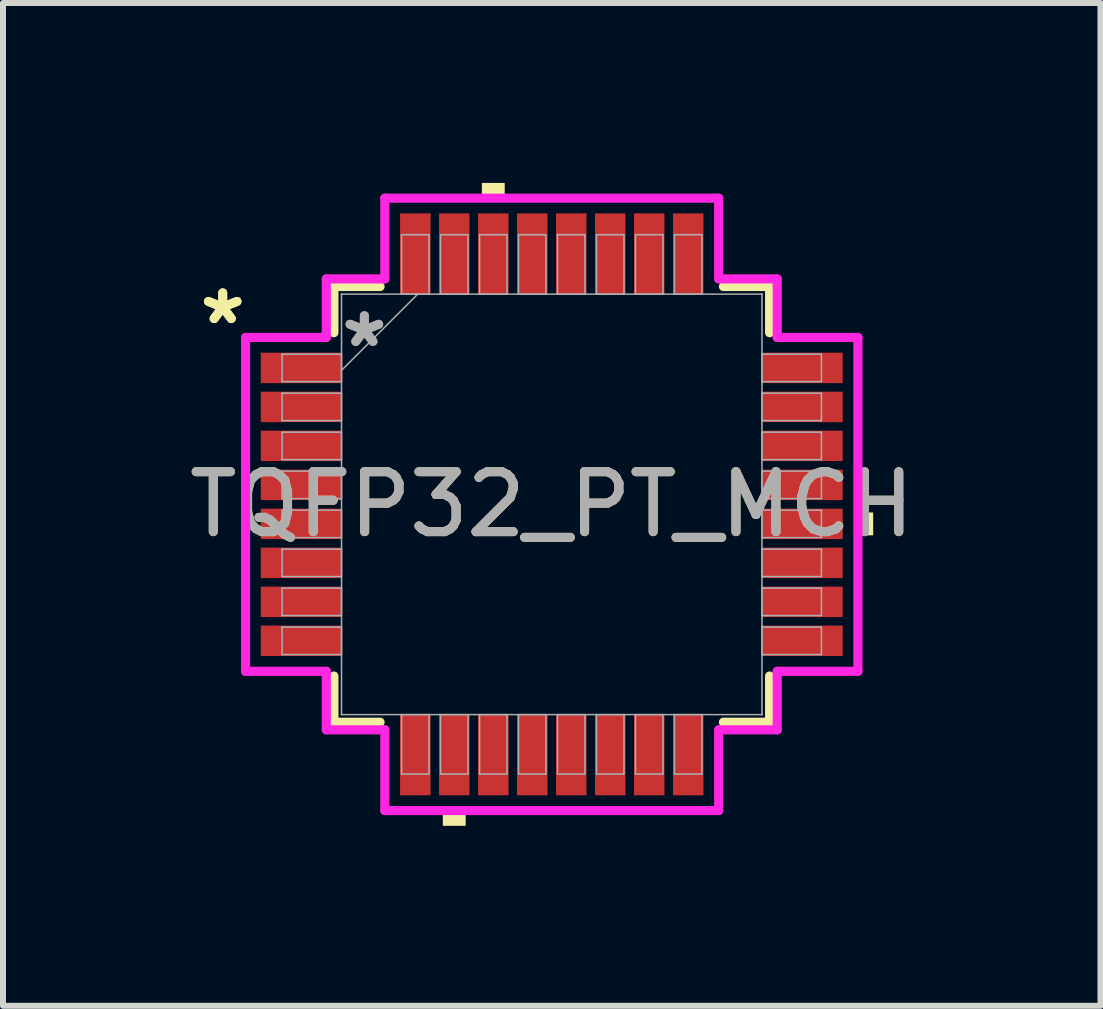
<source format=kicad_pcb>
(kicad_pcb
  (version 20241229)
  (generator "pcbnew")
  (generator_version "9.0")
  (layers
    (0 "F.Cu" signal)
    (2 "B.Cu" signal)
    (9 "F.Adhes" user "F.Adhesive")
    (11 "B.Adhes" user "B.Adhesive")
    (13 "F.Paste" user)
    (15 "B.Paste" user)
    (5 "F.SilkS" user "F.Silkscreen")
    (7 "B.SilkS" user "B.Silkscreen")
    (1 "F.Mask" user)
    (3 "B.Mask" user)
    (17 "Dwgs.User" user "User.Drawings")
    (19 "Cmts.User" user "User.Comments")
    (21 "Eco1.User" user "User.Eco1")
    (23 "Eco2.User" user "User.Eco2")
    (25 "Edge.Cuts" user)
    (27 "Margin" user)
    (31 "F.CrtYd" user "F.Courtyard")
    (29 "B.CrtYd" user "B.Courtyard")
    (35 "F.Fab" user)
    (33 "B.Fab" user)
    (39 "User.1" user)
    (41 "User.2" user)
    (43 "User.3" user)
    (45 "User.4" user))
  (footprint "TQFP32_PT_MCH"
    (layer "F.Cu")
    (at 6.149 5.359)
    (property "Reference" "TQFP32_PT_MCH" (at 0 0 0) (unlocked yes) (layer "F.SilkS") (effects (font (size 1 1) (thickness 0.15))))
    (attr smd)
    (fp_line (start -3.632 -3.632) (end -3.632 -2.862) (stroke (width 0.152) (type solid)) (layer "F.SilkS"))
    (fp_line (start -3.632 2.862) (end -3.632 3.632) (stroke (width 0.152) (type solid)) (layer "F.SilkS"))
    (fp_line (start -3.632 3.632) (end -2.862 3.632) (stroke (width 0.152) (type solid)) (layer "F.SilkS"))
    (fp_line (start -2.862 -3.632) (end -3.632 -3.632) (stroke (width 0.152) (type solid)) (layer "F.SilkS"))
    (fp_line (start 2.862 3.632) (end 3.632 3.632) (stroke (width 0.152) (type solid)) (layer "F.SilkS"))
    (fp_line (start 3.632 -3.632) (end 2.862 -3.632) (stroke (width 0.152) (type solid)) (layer "F.SilkS"))
    (fp_line (start 3.632 -2.862) (end 3.632 -3.632) (stroke (width 0.152) (type solid)) (layer "F.SilkS"))
    (fp_line (start 3.632 3.632) (end 3.632 2.862) (stroke (width 0.152) (type solid)) (layer "F.SilkS"))
    (fp_poly (pts (xy -1.816 5.105) (xy -1.816 5.359) (xy -1.435 5.359) (xy -1.435 5.105)) (stroke (width 0) (type solid)) (fill yes) (layer "F.SilkS"))
    (fp_poly (pts (xy -1.165 -5.105) (xy -1.165 -5.359) (xy -0.784 -5.359) (xy -0.784 -5.105)) (stroke (width 0) (type solid)) (fill yes) (layer "F.SilkS"))
    (fp_poly (pts (xy 5.359 0.135) (xy 5.359 0.516) (xy 5.105 0.516) (xy 5.105 0.135)) (stroke (width 0) (type solid)) (fill yes) (layer "F.SilkS"))
    (fp_line (start -5.105 -2.783) (end -3.759 -2.783) (stroke (width 0.152) (type solid)) (layer "F.CrtYd"))
    (fp_line (start -5.105 2.783) (end -5.105 -2.783) (stroke (width 0.152) (type solid)) (layer "F.CrtYd"))
    (fp_line (start -3.759 -3.759) (end -2.783 -3.759) (stroke (width 0.152) (type solid)) (layer "F.CrtYd"))
    (fp_line (start -3.759 -2.783) (end -3.759 -3.759) (stroke (width 0.152) (type solid)) (layer "F.CrtYd"))
    (fp_line (start -3.759 2.783) (end -5.105 2.783) (stroke (width 0.152) (type solid)) (layer "F.CrtYd"))
    (fp_line (start -3.759 3.759) (end -3.759 2.783) (stroke (width 0.152) (type solid)) (layer "F.CrtYd"))
    (fp_line (start -3.759 3.759) (end -2.783 3.759) (stroke (width 0.152) (type solid)) (layer "F.CrtYd"))
    (fp_line (start -2.783 -5.105) (end 2.783 -5.105) (stroke (width 0.152) (type solid)) (layer "F.CrtYd"))
    (fp_line (start -2.783 -3.759) (end -2.783 -5.105) (stroke (width 0.152) (type solid)) (layer "F.CrtYd"))
    (fp_line (start -2.783 3.759) (end -2.783 5.105) (stroke (width 0.152) (type solid)) (layer "F.CrtYd"))
    (fp_line (start -2.783 5.105) (end 2.783 5.105) (stroke (width 0.152) (type solid)) (layer "F.CrtYd"))
    (fp_line (start 2.783 -5.105) (end 2.783 -3.759) (stroke (width 0.152) (type solid)) (layer "F.CrtYd"))
    (fp_line (start 2.783 -3.759) (end 3.759 -3.759) (stroke (width 0.152) (type solid)) (layer "F.CrtYd"))
    (fp_line (start 2.783 3.759) (end 3.759 3.759) (stroke (width 0.152) (type solid)) (layer "F.CrtYd"))
    (fp_line (start 2.783 5.105) (end 2.783 3.759) (stroke (width 0.152) (type solid)) (layer "F.CrtYd"))
    (fp_line (start 3.759 -2.783) (end 3.759 -3.759) (stroke (width 0.152) (type solid)) (layer "F.CrtYd"))
    (fp_line (start 3.759 2.783) (end 5.105 2.783) (stroke (width 0.152) (type solid)) (layer "F.CrtYd"))
    (fp_line (start 3.759 3.759) (end 3.759 2.783) (stroke (width 0.152) (type solid)) (layer "F.CrtYd"))
    (fp_line (start 5.105 -2.783) (end 3.759 -2.783) (stroke (width 0.152) (type solid)) (layer "F.CrtYd"))
    (fp_line (start 5.105 2.783) (end 5.105 -2.783) (stroke (width 0.152) (type solid)) (layer "F.CrtYd"))
    (fp_line (start -4.496 -2.504) (end -4.496 -2.046) (stroke (width 0.025) (type solid)) (layer "F.Fab"))
    (fp_line (start -4.496 -2.046) (end -3.505 -2.046) (stroke (width 0.025) (type solid)) (layer "F.Fab"))
    (fp_line (start -4.496 -1.854) (end -4.496 -1.396) (stroke (width 0.025) (type solid)) (layer "F.Fab"))
    (fp_line (start -4.496 -1.396) (end -3.505 -1.396) (stroke (width 0.025) (type solid)) (layer "F.Fab"))
    (fp_line (start -4.496 -1.204) (end -4.496 -0.746) (stroke (width 0.025) (type solid)) (layer "F.Fab"))
    (fp_line (start -4.496 -0.746) (end -3.505 -0.746) (stroke (width 0.025) (type solid)) (layer "F.Fab"))
    (fp_line (start -4.496 -0.554) (end -4.496 -0.096) (stroke (width 0.025) (type solid)) (layer "F.Fab"))
    (fp_line (start -4.496 -0.096) (end -3.505 -0.096) (stroke (width 0.025) (type solid)) (layer "F.Fab"))
    (fp_line (start -4.496 0.096) (end -4.496 0.554) (stroke (width 0.025) (type solid)) (layer "F.Fab"))
    (fp_line (start -4.496 0.554) (end -3.505 0.554) (stroke (width 0.025) (type solid)) (layer "F.Fab"))
    (fp_line (start -4.496 0.746) (end -4.496 1.204) (stroke (width 0.025) (type solid)) (layer "F.Fab"))
    (fp_line (start -4.496 1.204) (end -3.505 1.204) (stroke (width 0.025) (type solid)) (layer "F.Fab"))
    (fp_line (start -4.496 1.396) (end -4.496 1.854) (stroke (width 0.025) (type solid)) (layer "F.Fab"))
    (fp_line (start -4.496 1.854) (end -3.505 1.854) (stroke (width 0.025) (type solid)) (layer "F.Fab"))
    (fp_line (start -4.496 2.046) (end -4.496 2.504) (stroke (width 0.025) (type solid)) (layer "F.Fab"))
    (fp_line (start -4.496 2.504) (end -3.505 2.504) (stroke (width 0.025) (type solid)) (layer "F.Fab"))
    (fp_line (start -3.505 -3.505) (end -3.505 -3.505) (stroke (width 0.025) (type solid)) (layer "F.Fab"))
    (fp_line (start -3.505 -3.505) (end -3.505 3.505) (stroke (width 0.025) (type solid)) (layer "F.Fab"))
    (fp_line (start -3.505 -2.504) (end -4.496 -2.504) (stroke (width 0.025) (type solid)) (layer "F.Fab"))
    (fp_line (start -3.505 -2.235) (end -2.235 -3.505) (stroke (width 0.025) (type solid)) (layer "F.Fab"))
    (fp_line (start -3.505 -2.046) (end -3.505 -2.504) (stroke (width 0.025) (type solid)) (layer "F.Fab"))
    (fp_line (start -3.505 -1.854) (end -4.496 -1.854) (stroke (width 0.025) (type solid)) (layer "F.Fab"))
    (fp_line (start -3.505 -1.396) (end -3.505 -1.854) (stroke (width 0.025) (type solid)) (layer "F.Fab"))
    (fp_line (start -3.505 -1.204) (end -4.496 -1.204) (stroke (width 0.025) (type solid)) (layer "F.Fab"))
    (fp_line (start -3.505 -0.746) (end -3.505 -1.204) (stroke (width 0.025) (type solid)) (layer "F.Fab"))
    (fp_line (start -3.505 -0.554) (end -4.496 -0.554) (stroke (width 0.025) (type solid)) (layer "F.Fab"))
    (fp_line (start -3.505 -0.096) (end -3.505 -0.554) (stroke (width 0.025) (type solid)) (layer "F.Fab"))
    (fp_line (start -3.505 0.096) (end -4.496 0.096) (stroke (width 0.025) (type solid)) (layer "F.Fab"))
    (fp_line (start -3.505 0.554) (end -3.505 0.096) (stroke (width 0.025) (type solid)) (layer "F.Fab"))
    (fp_line (start -3.505 0.746) (end -4.496 0.746) (stroke (width 0.025) (type solid)) (layer "F.Fab"))
    (fp_line (start -3.505 1.204) (end -3.505 0.746) (stroke (width 0.025) (type solid)) (layer "F.Fab"))
    (fp_line (start -3.505 1.396) (end -4.496 1.396) (stroke (width 0.025) (type solid)) (layer "F.Fab"))
    (fp_line (start -3.505 1.854) (end -3.505 1.396) (stroke (width 0.025) (type solid)) (layer "F.Fab"))
    (fp_line (start -3.505 2.046) (end -4.496 2.046) (stroke (width 0.025) (type solid)) (layer "F.Fab"))
    (fp_line (start -3.505 2.504) (end -3.505 2.046) (stroke (width 0.025) (type solid)) (layer "F.Fab"))
    (fp_line (start -3.505 3.505) (end -3.505 3.505) (stroke (width 0.025) (type solid)) (layer "F.Fab"))
    (fp_line (start -3.505 3.505) (end 3.505 3.505) (stroke (width 0.025) (type solid)) (layer "F.Fab"))
    (fp_line (start -2.504 -4.496) (end -2.504 -3.505) (stroke (width 0.025) (type solid)) (layer "F.Fab"))
    (fp_line (start -2.504 -3.505) (end -2.046 -3.505) (stroke (width 0.025) (type solid)) (layer "F.Fab"))
    (fp_line (start -2.504 3.505) (end -2.504 4.496) (stroke (width 0.025) (type solid)) (layer "F.Fab"))
    (fp_line (start -2.504 4.496) (end -2.046 4.496) (stroke (width 0.025) (type solid)) (layer "F.Fab"))
    (fp_line (start -2.046 -4.496) (end -2.504 -4.496) (stroke (width 0.025) (type solid)) (layer "F.Fab"))
    (fp_line (start -2.046 -3.505) (end -2.046 -4.496) (stroke (width 0.025) (type solid)) (layer "F.Fab"))
    (fp_line (start -2.046 3.505) (end -2.504 3.505) (stroke (width 0.025) (type solid)) (layer "F.Fab"))
    (fp_line (start -2.046 4.496) (end -2.046 3.505) (stroke (width 0.025) (type solid)) (layer "F.Fab"))
    (fp_line (start -1.854 -4.496) (end -1.854 -3.505) (stroke (width 0.025) (type solid)) (layer "F.Fab"))
    (fp_line (start -1.854 -3.505) (end -1.396 -3.505) (stroke (width 0.025) (type solid)) (layer "F.Fab"))
    (fp_line (start -1.854 3.505) (end -1.854 4.496) (stroke (width 0.025) (type solid)) (layer "F.Fab"))
    (fp_line (start -1.854 4.496) (end -1.396 4.496) (stroke (width 0.025) (type solid)) (layer "F.Fab"))
    (fp_line (start -1.396 -4.496) (end -1.854 -4.496) (stroke (width 0.025) (type solid)) (layer "F.Fab"))
    (fp_line (start -1.396 -3.505) (end -1.396 -4.496) (stroke (width 0.025) (type solid)) (layer "F.Fab"))
    (fp_line (start -1.396 3.505) (end -1.854 3.505) (stroke (width 0.025) (type solid)) (layer "F.Fab"))
    (fp_line (start -1.396 4.496) (end -1.396 3.505) (stroke (width 0.025) (type solid)) (layer "F.Fab"))
    (fp_line (start -1.204 -4.496) (end -1.204 -3.505) (stroke (width 0.025) (type solid)) (layer "F.Fab"))
    (fp_line (start -1.204 -3.505) (end -0.746 -3.505) (stroke (width 0.025) (type solid)) (layer "F.Fab"))
    (fp_line (start -1.204 3.505) (end -1.204 4.496) (stroke (width 0.025) (type solid)) (layer "F.Fab"))
    (fp_line (start -1.204 4.496) (end -0.746 4.496) (stroke (width 0.025) (type solid)) (layer "F.Fab"))
    (fp_line (start -0.746 -4.496) (end -1.204 -4.496) (stroke (width 0.025) (type solid)) (layer "F.Fab"))
    (fp_line (start -0.746 -3.505) (end -0.746 -4.496) (stroke (width 0.025) (type solid)) (layer "F.Fab"))
    (fp_line (start -0.746 3.505) (end -1.204 3.505) (stroke (width 0.025) (type solid)) (layer "F.Fab"))
    (fp_line (start -0.746 4.496) (end -0.746 3.505) (stroke (width 0.025) (type solid)) (layer "F.Fab"))
    (fp_line (start -0.554 -4.496) (end -0.554 -3.505) (stroke (width 0.025) (type solid)) (layer "F.Fab"))
    (fp_line (start -0.554 -3.505) (end -0.096 -3.505) (stroke (width 0.025) (type solid)) (layer "F.Fab"))
    (fp_line (start -0.554 3.505) (end -0.554 4.496) (stroke (width 0.025) (type solid)) (layer "F.Fab"))
    (fp_line (start -0.554 4.496) (end -0.096 4.496) (stroke (width 0.025) (type solid)) (layer "F.Fab"))
    (fp_line (start -0.096 -4.496) (end -0.554 -4.496) (stroke (width 0.025) (type solid)) (layer "F.Fab"))
    (fp_line (start -0.096 -3.505) (end -0.096 -4.496) (stroke (width 0.025) (type solid)) (layer "F.Fab"))
    (fp_line (start -0.096 3.505) (end -0.554 3.505) (stroke (width 0.025) (type solid)) (layer "F.Fab"))
    (fp_line (start -0.096 4.496) (end -0.096 3.505) (stroke (width 0.025) (type solid)) (layer "F.Fab"))
    (fp_line (start 0.096 -4.496) (end 0.096 -3.505) (stroke (width 0.025) (type solid)) (layer "F.Fab"))
    (fp_line (start 0.096 -3.505) (end 0.554 -3.505) (stroke (width 0.025) (type solid)) (layer "F.Fab"))
    (fp_line (start 0.096 3.505) (end 0.096 4.496) (stroke (width 0.025) (type solid)) (layer "F.Fab"))
    (fp_line (start 0.096 4.496) (end 0.554 4.496) (stroke (width 0.025) (type solid)) (layer "F.Fab"))
    (fp_line (start 0.554 -4.496) (end 0.096 -4.496) (stroke (width 0.025) (type solid)) (layer "F.Fab"))
    (fp_line (start 0.554 -3.505) (end 0.554 -4.496) (stroke (width 0.025) (type solid)) (layer "F.Fab"))
    (fp_line (start 0.554 3.505) (end 0.096 3.505) (stroke (width 0.025) (type solid)) (layer "F.Fab"))
    (fp_line (start 0.554 4.496) (end 0.554 3.505) (stroke (width 0.025) (type solid)) (layer "F.Fab"))
    (fp_line (start 0.746 -4.496) (end 0.746 -3.505) (stroke (width 0.025) (type solid)) (layer "F.Fab"))
    (fp_line (start 0.746 -3.505) (end 1.204 -3.505) (stroke (width 0.025) (type solid)) (layer "F.Fab"))
    (fp_line (start 0.746 3.505) (end 0.746 4.496) (stroke (width 0.025) (type solid)) (layer "F.Fab"))
    (fp_line (start 0.746 4.496) (end 1.204 4.496) (stroke (width 0.025) (type solid)) (layer "F.Fab"))
    (fp_line (start 1.204 -4.496) (end 0.746 -4.496) (stroke (width 0.025) (type solid)) (layer "F.Fab"))
    (fp_line (start 1.204 -3.505) (end 1.204 -4.496) (stroke (width 0.025) (type solid)) (layer "F.Fab"))
    (fp_line (start 1.204 3.505) (end 0.746 3.505) (stroke (width 0.025) (type solid)) (layer "F.Fab"))
    (fp_line (start 1.204 4.496) (end 1.204 3.505) (stroke (width 0.025) (type solid)) (layer "F.Fab"))
    (fp_line (start 1.396 -4.496) (end 1.396 -3.505) (stroke (width 0.025) (type solid)) (layer "F.Fab"))
    (fp_line (start 1.396 -3.505) (end 1.854 -3.505) (stroke (width 0.025) (type solid)) (layer "F.Fab"))
    (fp_line (start 1.396 3.505) (end 1.396 4.496) (stroke (width 0.025) (type solid)) (layer "F.Fab"))
    (fp_line (start 1.396 4.496) (end 1.854 4.496) (stroke (width 0.025) (type solid)) (layer "F.Fab"))
    (fp_line (start 1.854 -4.496) (end 1.396 -4.496) (stroke (width 0.025) (type solid)) (layer "F.Fab"))
    (fp_line (start 1.854 -3.505) (end 1.854 -4.496) (stroke (width 0.025) (type solid)) (layer "F.Fab"))
    (fp_line (start 1.854 3.505) (end 1.396 3.505) (stroke (width 0.025) (type solid)) (layer "F.Fab"))
    (fp_line (start 1.854 4.496) (end 1.854 3.505) (stroke (width 0.025) (type solid)) (layer "F.Fab"))
    (fp_line (start 2.046 -4.496) (end 2.046 -3.505) (stroke (width 0.025) (type solid)) (layer "F.Fab"))
    (fp_line (start 2.046 -3.505) (end 2.504 -3.505) (stroke (width 0.025) (type solid)) (layer "F.Fab"))
    (fp_line (start 2.046 3.505) (end 2.046 4.496) (stroke (width 0.025) (type solid)) (layer "F.Fab"))
    (fp_line (start 2.046 4.496) (end 2.504 4.496) (stroke (width 0.025) (type solid)) (layer "F.Fab"))
    (fp_line (start 2.504 -4.496) (end 2.046 -4.496) (stroke (width 0.025) (type solid)) (layer "F.Fab"))
    (fp_line (start 2.504 -3.505) (end 2.504 -4.496) (stroke (width 0.025) (type solid)) (layer "F.Fab"))
    (fp_line (start 2.504 3.505) (end 2.046 3.505) (stroke (width 0.025) (type solid)) (layer "F.Fab"))
    (fp_line (start 2.504 4.496) (end 2.504 3.505) (stroke (width 0.025) (type solid)) (layer "F.Fab"))
    (fp_line (start 3.505 -3.505) (end -3.505 -3.505) (stroke (width 0.025) (type solid)) (layer "F.Fab"))
    (fp_line (start 3.505 -3.505) (end 3.505 -3.505) (stroke (width 0.025) (type solid)) (layer "F.Fab"))
    (fp_line (start 3.505 -2.504) (end 3.505 -2.046) (stroke (width 0.025) (type solid)) (layer "F.Fab"))
    (fp_line (start 3.505 -2.046) (end 4.496 -2.046) (stroke (width 0.025) (type solid)) (layer "F.Fab"))
    (fp_line (start 3.505 -1.854) (end 3.505 -1.396) (stroke (width 0.025) (type solid)) (layer "F.Fab"))
    (fp_line (start 3.505 -1.396) (end 4.496 -1.396) (stroke (width 0.025) (type solid)) (layer "F.Fab"))
    (fp_line (start 3.505 -1.204) (end 3.505 -0.746) (stroke (width 0.025) (type solid)) (layer "F.Fab"))
    (fp_line (start 3.505 -0.746) (end 4.496 -0.746) (stroke (width 0.025) (type solid)) (layer "F.Fab"))
    (fp_line (start 3.505 -0.554) (end 3.505 -0.096) (stroke (width 0.025) (type solid)) (layer "F.Fab"))
    (fp_line (start 3.505 -0.096) (end 4.496 -0.096) (stroke (width 0.025) (type solid)) (layer "F.Fab"))
    (fp_line (start 3.505 0.096) (end 3.505 0.554) (stroke (width 0.025) (type solid)) (layer "F.Fab"))
    (fp_line (start 3.505 0.554) (end 4.496 0.554) (stroke (width 0.025) (type solid)) (layer "F.Fab"))
    (fp_line (start 3.505 0.746) (end 3.505 1.204) (stroke (width 0.025) (type solid)) (layer "F.Fab"))
    (fp_line (start 3.505 1.204) (end 4.496 1.204) (stroke (width 0.025) (type solid)) (layer "F.Fab"))
    (fp_line (start 3.505 1.396) (end 3.505 1.854) (stroke (width 0.025) (type solid)) (layer "F.Fab"))
    (fp_line (start 3.505 1.854) (end 4.496 1.854) (stroke (width 0.025) (type solid)) (layer "F.Fab"))
    (fp_line (start 3.505 2.046) (end 3.505 2.504) (stroke (width 0.025) (type solid)) (layer "F.Fab"))
    (fp_line (start 3.505 2.504) (end 4.496 2.504) (stroke (width 0.025) (type solid)) (layer "F.Fab"))
    (fp_line (start 3.505 3.505) (end 3.505 -3.505) (stroke (width 0.025) (type solid)) (layer "F.Fab"))
    (fp_line (start 3.505 3.505) (end 3.505 3.505) (stroke (width 0.025) (type solid)) (layer "F.Fab"))
    (fp_line (start 4.496 -2.504) (end 3.505 -2.504) (stroke (width 0.025) (type solid)) (layer "F.Fab"))
    (fp_line (start 4.496 -2.046) (end 4.496 -2.504) (stroke (width 0.025) (type solid)) (layer "F.Fab"))
    (fp_line (start 4.496 -1.854) (end 3.505 -1.854) (stroke (width 0.025) (type solid)) (layer "F.Fab"))
    (fp_line (start 4.496 -1.396) (end 4.496 -1.854) (stroke (width 0.025) (type solid)) (layer "F.Fab"))
    (fp_line (start 4.496 -1.204) (end 3.505 -1.204) (stroke (width 0.025) (type solid)) (layer "F.Fab"))
    (fp_line (start 4.496 -0.746) (end 4.496 -1.204) (stroke (width 0.025) (type solid)) (layer "F.Fab"))
    (fp_line (start 4.496 -0.554) (end 3.505 -0.554) (stroke (width 0.025) (type solid)) (layer "F.Fab"))
    (fp_line (start 4.496 -0.096) (end 4.496 -0.554) (stroke (width 0.025) (type solid)) (layer "F.Fab"))
    (fp_line (start 4.496 0.096) (end 3.505 0.096) (stroke (width 0.025) (type solid)) (layer "F.Fab"))
    (fp_line (start 4.496 0.554) (end 4.496 0.096) (stroke (width 0.025) (type solid)) (layer "F.Fab"))
    (fp_line (start 4.496 0.746) (end 3.505 0.746) (stroke (width 0.025) (type solid)) (layer "F.Fab"))
    (fp_line (start 4.496 1.204) (end 4.496 0.746) (stroke (width 0.025) (type solid)) (layer "F.Fab"))
    (fp_line (start 4.496 1.396) (end 3.505 1.396) (stroke (width 0.025) (type solid)) (layer "F.Fab"))
    (fp_line (start 4.496 1.854) (end 4.496 1.396) (stroke (width 0.025) (type solid)) (layer "F.Fab"))
    (fp_line (start 4.496 2.046) (end 3.505 2.046) (stroke (width 0.025) (type solid)) (layer "F.Fab"))
    (fp_line (start 4.496 2.504) (end 4.496 2.046) (stroke (width 0.025) (type solid)) (layer "F.Fab"))
    (fp_text user "*" (at -5.486 -2.981 0) (layer "F.SilkS") (effects (font (size 1 1) (thickness 0.15))))
    (fp_text user "*" (at -5.486 -2.981 0) (unlocked yes) (layer "F.SilkS") (effects (font (size 1 1) (thickness 0.15))))
    (fp_text user "*" (at -3.124 -2.6 0) (layer "F.Fab") (effects (font (size 1 1) (thickness 0.15))))
    (fp_text user "*" (at -3.124 -2.6 0) (unlocked yes) (layer "F.Fab") (effects (font (size 1 1) (thickness 0.15))))
    (fp_text user "${REFERENCE}" (at 0 0 0) (unlocked yes) (layer "F.Fab") (effects (font (size 1 1) (thickness 0.15))))
    (pad "1" smd rect (at -4.178 -2.275 90) (size 0.508 1.346) (layers "F.Cu" "F.Mask" "F.Paste"))
    (pad "2" smd rect (at -4.178 -1.625 90) (size 0.508 1.346) (layers "F.Cu" "F.Mask" "F.Paste"))
    (pad "3" smd rect (at -4.178 -0.975 90) (size 0.508 1.346) (layers "F.Cu" "F.Mask" "F.Paste"))
    (pad "4" smd rect (at -4.178 -0.325 90) (size 0.508 1.346) (layers "F.Cu" "F.Mask" "F.Paste"))
    (pad "5" smd rect (at -4.178 0.325 90) (size 0.508 1.346) (layers "F.Cu" "F.Mask" "F.Paste"))
    (pad "6" smd rect (at -4.178 0.975 90) (size 0.508 1.346) (layers "F.Cu" "F.Mask" "F.Paste"))
    (pad "7" smd rect (at -4.178 1.625 90) (size 0.508 1.346) (layers "F.Cu" "F.Mask" "F.Paste"))
    (pad "8" smd rect (at -4.178 2.275 90) (size 0.508 1.346) (layers "F.Cu" "F.Mask" "F.Paste"))
    (pad "9" smd rect (at -2.275 4.178) (size 0.508 1.346) (layers "F.Cu" "F.Mask" "F.Paste"))
    (pad "10" smd rect (at -1.625 4.178) (size 0.508 1.346) (layers "F.Cu" "F.Mask" "F.Paste"))
    (pad "11" smd rect (at -0.975 4.178) (size 0.508 1.346) (layers "F.Cu" "F.Mask" "F.Paste"))
    (pad "12" smd rect (at -0.325 4.178) (size 0.508 1.346) (layers "F.Cu" "F.Mask" "F.Paste"))
    (pad "13" smd rect (at 0.325 4.178) (size 0.508 1.346) (layers "F.Cu" "F.Mask" "F.Paste"))
    (pad "14" smd rect (at 0.975 4.178) (size 0.508 1.346) (layers "F.Cu" "F.Mask" "F.Paste"))
    (pad "15" smd rect (at 1.625 4.178) (size 0.508 1.346) (layers "F.Cu" "F.Mask" "F.Paste"))
    (pad "16" smd rect (at 2.275 4.178) (size 0.508 1.346) (layers "F.Cu" "F.Mask" "F.Paste"))
    (pad "17" smd rect (at 4.178 2.275 90) (size 0.508 1.346) (layers "F.Cu" "F.Mask" "F.Paste"))
    (pad "18" smd rect (at 4.178 1.625 90) (size 0.508 1.346) (layers "F.Cu" "F.Mask" "F.Paste"))
    (pad "19" smd rect (at 4.178 0.975 90) (size 0.508 1.346) (layers "F.Cu" "F.Mask" "F.Paste"))
    (pad "20" smd rect (at 4.178 0.325 90) (size 0.508 1.346) (layers "F.Cu" "F.Mask" "F.Paste"))
    (pad "21" smd rect (at 4.178 -0.325 90) (size 0.508 1.346) (layers "F.Cu" "F.Mask" "F.Paste"))
    (pad "22" smd rect (at 4.178 -0.975 90) (size 0.508 1.346) (layers "F.Cu" "F.Mask" "F.Paste"))
    (pad "23" smd rect (at 4.178 -1.625 90) (size 0.508 1.346) (layers "F.Cu" "F.Mask" "F.Paste"))
    (pad "24" smd rect (at 4.178 -2.275 90) (size 0.508 1.346) (layers "F.Cu" "F.Mask" "F.Paste"))
    (pad "25" smd rect (at 2.275 -4.178) (size 0.508 1.346) (layers "F.Cu" "F.Mask" "F.Paste"))
    (pad "26" smd rect (at 1.625 -4.178) (size 0.508 1.346) (layers "F.Cu" "F.Mask" "F.Paste"))
    (pad "27" smd rect (at 0.975 -4.178) (size 0.508 1.346) (layers "F.Cu" "F.Mask" "F.Paste"))
    (pad "28" smd rect (at 0.325 -4.178) (size 0.508 1.346) (layers "F.Cu" "F.Mask" "F.Paste"))
    (pad "29" smd rect (at -0.325 -4.178) (size 0.508 1.346) (layers "F.Cu" "F.Mask" "F.Paste"))
    (pad "30" smd rect (at -0.975 -4.178) (size 0.508 1.346) (layers "F.Cu" "F.Mask" "F.Paste"))
    (pad "31" smd rect (at -1.625 -4.178) (size 0.508 1.346) (layers "F.Cu" "F.Mask" "F.Paste"))
    (pad "32" smd rect (at -2.275 -4.178) (size 0.508 1.346) (layers "F.Cu" "F.Mask" "F.Paste")))
  (gr_rect
    (start -3 -3)
    (end 15.298 13.719)
    (stroke (width 0.1) (type default))
    (fill no)
    (layer "Edge.Cuts")))
</source>
